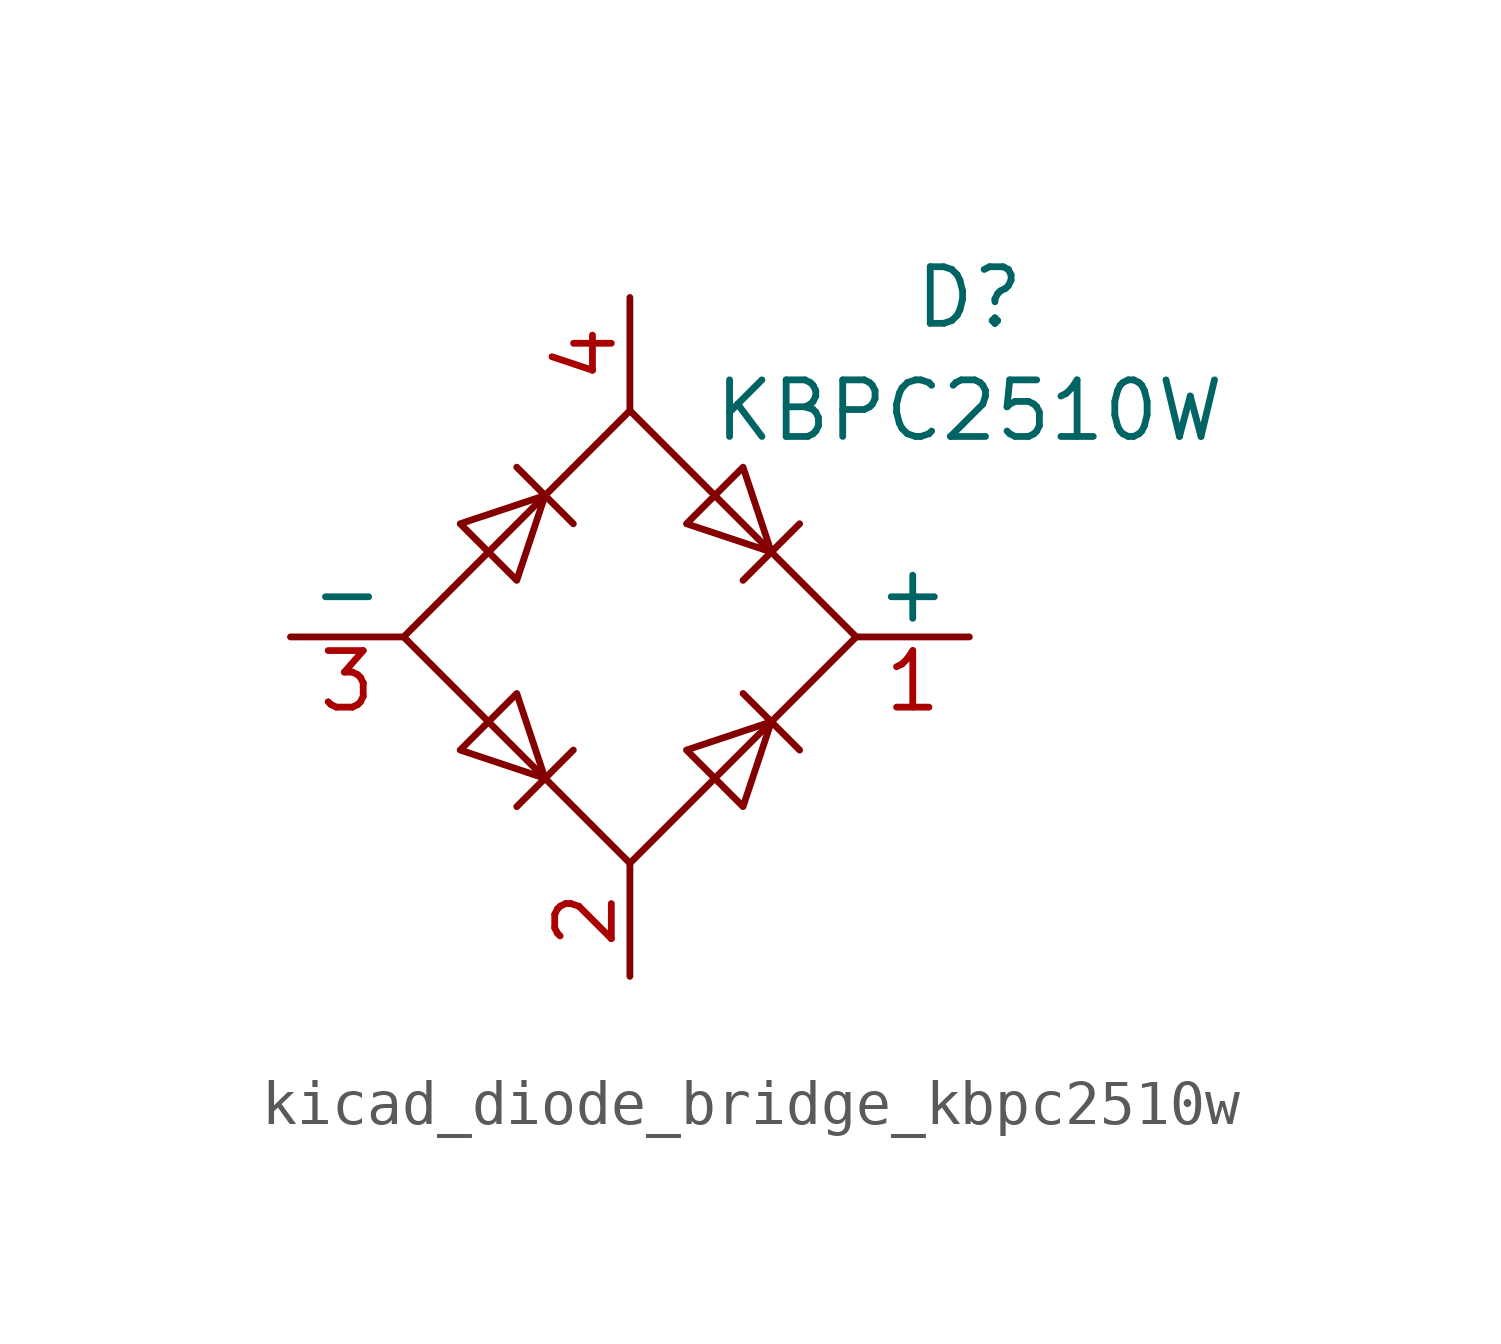
<source format=kicad_sym>
(kicad_symbol_lib
  (version 20220914)
  (generator kicad_symbol_editor)
  (symbol "kicad_diode_bridge_kbpc2510w"
    (pin_names
      (offset 0))
    (property "Reference" "D"
      (at 7.62 7.62 0)
      (effects (font (size 1.27 1.27))))
    (property "Value" "KBPC2510W"
      (at 7.62 5.08 0)
      (effects (font (size 1.27 1.27))))
    (symbol "kicad_diode_bridge_kbpc2510w_0_1"
      (polyline (pts (xy -2.54 3.81) (xy -1.27 2.54)) (stroke (width 0) (type default)) (fill (type none)))
      (polyline (pts (xy -1.27 -2.54) (xy -2.54 -3.81)) (stroke (width 0) (type default)) (fill (type none)))
      (polyline (pts (xy 2.54 -1.27) (xy 3.81 -2.54)) (stroke (width 0) (type default)) (fill (type none)))
      (polyline (pts (xy 2.54 1.27) (xy 3.81 2.54)) (stroke (width 0) (type default)) (fill (type none)))
      (polyline (pts (xy -3.81 2.54) (xy -2.54 1.27) (xy -1.905 3.175) (xy -3.81 2.54)) (stroke (width 0) (type default)) (fill (type none)))
      (polyline (pts (xy -2.54 -1.27) (xy -3.81 -2.54) (xy -1.905 -3.175) (xy -2.54 -1.27)) (stroke (width 0) (type default)) (fill (type none)))
      (polyline (pts (xy 1.27 2.54) (xy 2.54 3.81) (xy 3.175 1.905) (xy 1.27 2.54)) (stroke (width 0) (type default)) (fill (type none)))
      (polyline (pts (xy 3.175 -1.905) (xy 1.27 -2.54) (xy 2.54 -3.81) (xy 3.175 -1.905)) (stroke (width 0) (type default)) (fill (type none)))
      (polyline (pts (xy -5.08 0) (xy 0 -5.08) (xy 5.08 0) (xy 0 5.08) (xy -5.08 0)) (stroke (width 0) (type default)) (fill (type none))))
    (symbol "kicad_diode_bridge_kbpc2510w_1_1"
      (pin passive line (at 7.62 0 180) (length 2.54) (name "+" (effects (font (size 1.27 1.27)))) (number "1" (effects (font (size 1.27 1.27)))))
      (pin passive line (at 0 -7.62 90) (length 2.54) (name "~" (effects (font (size 1.27 1.27)))) (number "2" (effects (font (size 1.27 1.27)))))
      (pin passive line (at -7.62 0 0) (length 2.54) (name "-" (effects (font (size 1.27 1.27)))) (number "3" (effects (font (size 1.27 1.27)))))
      (pin passive line (at 0 7.62 270) (length 2.54) (name "~" (effects (font (size 1.27 1.27)))) (number "4" (effects (font (size 1.27 1.27))))))))
</source>
